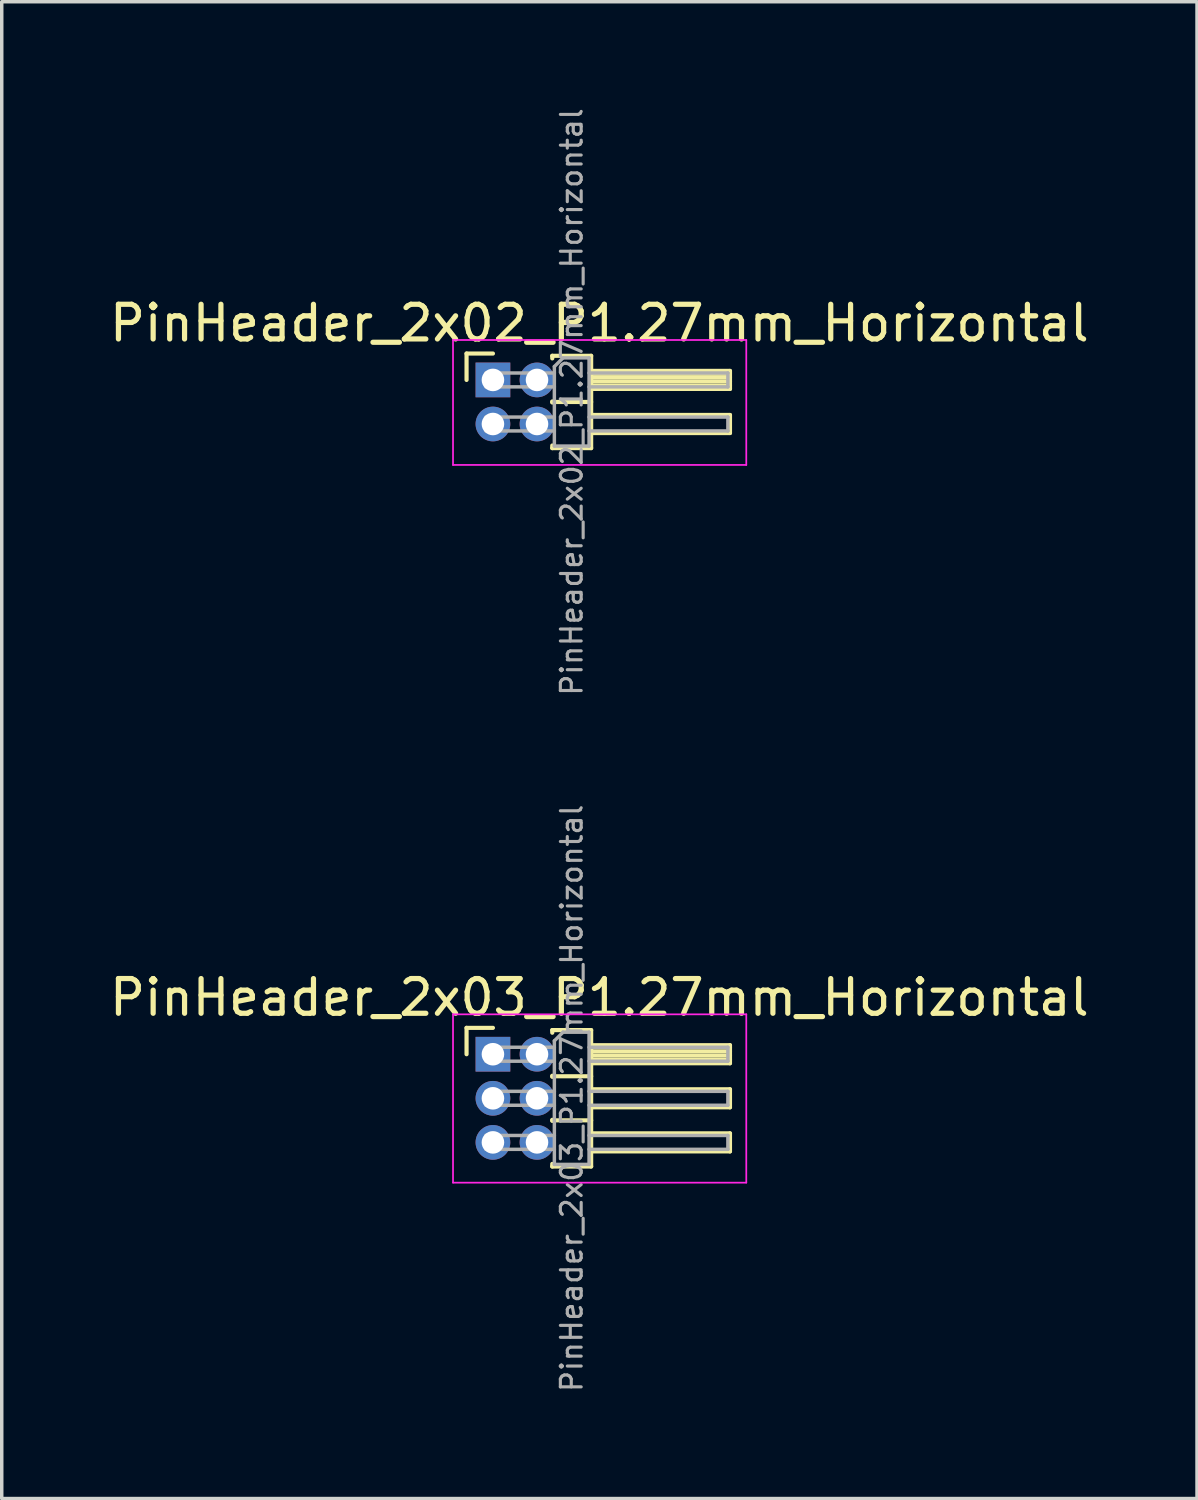
<source format=kicad_pcb>
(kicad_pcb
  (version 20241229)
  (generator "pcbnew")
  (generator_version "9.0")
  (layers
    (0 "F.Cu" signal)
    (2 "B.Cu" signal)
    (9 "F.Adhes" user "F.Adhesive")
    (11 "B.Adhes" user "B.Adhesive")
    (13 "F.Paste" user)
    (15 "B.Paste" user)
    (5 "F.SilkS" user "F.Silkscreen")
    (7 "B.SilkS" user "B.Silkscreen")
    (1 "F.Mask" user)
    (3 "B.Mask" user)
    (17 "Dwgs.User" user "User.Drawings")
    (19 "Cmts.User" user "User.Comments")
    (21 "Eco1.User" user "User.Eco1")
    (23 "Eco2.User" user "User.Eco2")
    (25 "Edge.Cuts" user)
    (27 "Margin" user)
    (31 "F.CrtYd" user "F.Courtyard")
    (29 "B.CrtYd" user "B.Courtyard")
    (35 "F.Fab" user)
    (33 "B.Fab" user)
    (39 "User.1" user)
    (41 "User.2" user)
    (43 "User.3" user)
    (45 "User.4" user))
  (footprint "PinHeader_2x03_P1.27mm_Horizontal"
    (layer "F.Cu")
    (at 11.153 27.326)
    (property "Reference" "PinHeader_2x03_P1.27mm_Horizontal" (at 3.067 -1.635 0) (layer "F.SilkS") (effects (font (size 1 1) (thickness 0.15))))
    (attr through_hole)
    (fp_line (start -0.76 -0.76) (end 0 -0.76) (stroke (width 0.12) (type solid)) (layer "F.SilkS"))
    (fp_line (start -0.76 0) (end -0.76 -0.76) (stroke (width 0.12) (type solid)) (layer "F.SilkS"))
    (fp_line (start 1.71 -0.695) (end 2.83 -0.695) (stroke (width 0.12) (type solid)) (layer "F.SilkS"))
    (fp_line (start 1.71 -0.62) (end 1.71 -0.695) (stroke (width 0.12) (type solid)) (layer "F.SilkS"))
    (fp_line (start 1.71 0.62) (end 1.71 0.65) (stroke (width 0.12) (type solid)) (layer "F.SilkS"))
    (fp_line (start 1.71 0.635) (end 2.83 0.635) (stroke (width 0.12) (type solid)) (layer "F.SilkS"))
    (fp_line (start 1.71 1.89) (end 1.71 1.92) (stroke (width 0.12) (type solid)) (layer "F.SilkS"))
    (fp_line (start 1.71 1.905) (end 2.83 1.905) (stroke (width 0.12) (type solid)) (layer "F.SilkS"))
    (fp_line (start 1.71 3.235) (end 1.71 3.16) (stroke (width 0.12) (type solid)) (layer "F.SilkS"))
    (fp_line (start 2.83 -0.695) (end 2.83 3.235) (stroke (width 0.12) (type solid)) (layer "F.SilkS"))
    (fp_line (start 2.83 -0.26) (end 6.83 -0.26) (stroke (width 0.12) (type solid)) (layer "F.SilkS"))
    (fp_line (start 2.83 -0.2) (end 6.83 -0.2) (stroke (width 0.12) (type solid)) (layer "F.SilkS"))
    (fp_line (start 2.83 -0.08) (end 6.83 -0.08) (stroke (width 0.12) (type solid)) (layer "F.SilkS"))
    (fp_line (start 2.83 0.04) (end 6.83 0.04) (stroke (width 0.12) (type solid)) (layer "F.SilkS"))
    (fp_line (start 2.83 0.16) (end 6.83 0.16) (stroke (width 0.12) (type solid)) (layer "F.SilkS"))
    (fp_line (start 2.83 1.01) (end 6.83 1.01) (stroke (width 0.12) (type solid)) (layer "F.SilkS"))
    (fp_line (start 2.83 2.28) (end 6.83 2.28) (stroke (width 0.12) (type solid)) (layer "F.SilkS"))
    (fp_line (start 2.83 3.235) (end 1.71 3.235) (stroke (width 0.12) (type solid)) (layer "F.SilkS"))
    (fp_line (start 6.83 -0.26) (end 6.83 0.26) (stroke (width 0.12) (type solid)) (layer "F.SilkS"))
    (fp_line (start 6.83 0.26) (end 2.83 0.26) (stroke (width 0.12) (type solid)) (layer "F.SilkS"))
    (fp_line (start 6.83 1.01) (end 6.83 1.53) (stroke (width 0.12) (type solid)) (layer "F.SilkS"))
    (fp_line (start 6.83 1.53) (end 2.83 1.53) (stroke (width 0.12) (type solid)) (layer "F.SilkS"))
    (fp_line (start 6.83 2.28) (end 6.83 2.8) (stroke (width 0.12) (type solid)) (layer "F.SilkS"))
    (fp_line (start 6.83 2.8) (end 2.83 2.8) (stroke (width 0.12) (type solid)) (layer "F.SilkS"))
    (fp_line (start -1.15 -1.15) (end -1.15 3.7) (stroke (width 0.05) (type solid)) (layer "F.CrtYd"))
    (fp_line (start -1.15 3.7) (end 7.3 3.7) (stroke (width 0.05) (type solid)) (layer "F.CrtYd"))
    (fp_line (start 7.3 -1.15) (end -1.15 -1.15) (stroke (width 0.05) (type solid)) (layer "F.CrtYd"))
    (fp_line (start 7.3 3.7) (end 7.3 -1.15) (stroke (width 0.05) (type solid)) (layer "F.CrtYd"))
    (fp_line (start -0.2 -0.2) (end -0.2 0.2) (stroke (width 0.1) (type solid)) (layer "F.Fab"))
    (fp_line (start -0.2 -0.2) (end 1.77 -0.2) (stroke (width 0.1) (type solid)) (layer "F.Fab"))
    (fp_line (start -0.2 0.2) (end 1.77 0.2) (stroke (width 0.1) (type solid)) (layer "F.Fab"))
    (fp_line (start -0.2 1.07) (end -0.2 1.47) (stroke (width 0.1) (type solid)) (layer "F.Fab"))
    (fp_line (start -0.2 1.07) (end 1.77 1.07) (stroke (width 0.1) (type solid)) (layer "F.Fab"))
    (fp_line (start -0.2 1.47) (end 1.77 1.47) (stroke (width 0.1) (type solid)) (layer "F.Fab"))
    (fp_line (start -0.2 2.34) (end -0.2 2.74) (stroke (width 0.1) (type solid)) (layer "F.Fab"))
    (fp_line (start -0.2 2.34) (end 1.77 2.34) (stroke (width 0.1) (type solid)) (layer "F.Fab"))
    (fp_line (start -0.2 2.74) (end 1.77 2.74) (stroke (width 0.1) (type solid)) (layer "F.Fab"))
    (fp_line (start 1.77 -0.385) (end 2.02 -0.635) (stroke (width 0.1) (type solid)) (layer "F.Fab"))
    (fp_line (start 1.77 3.175) (end 1.77 -0.385) (stroke (width 0.1) (type solid)) (layer "F.Fab"))
    (fp_line (start 2.02 -0.635) (end 2.77 -0.635) (stroke (width 0.1) (type solid)) (layer "F.Fab"))
    (fp_line (start 2.77 -0.635) (end 2.77 3.175) (stroke (width 0.1) (type solid)) (layer "F.Fab"))
    (fp_line (start 2.77 -0.2) (end 6.77 -0.2) (stroke (width 0.1) (type solid)) (layer "F.Fab"))
    (fp_line (start 2.77 0.2) (end 6.77 0.2) (stroke (width 0.1) (type solid)) (layer "F.Fab"))
    (fp_line (start 2.77 1.07) (end 6.77 1.07) (stroke (width 0.1) (type solid)) (layer "F.Fab"))
    (fp_line (start 2.77 1.47) (end 6.77 1.47) (stroke (width 0.1) (type solid)) (layer "F.Fab"))
    (fp_line (start 2.77 2.34) (end 6.77 2.34) (stroke (width 0.1) (type solid)) (layer "F.Fab"))
    (fp_line (start 2.77 2.74) (end 6.77 2.74) (stroke (width 0.1) (type solid)) (layer "F.Fab"))
    (fp_line (start 2.77 3.175) (end 1.77 3.175) (stroke (width 0.1) (type solid)) (layer "F.Fab"))
    (fp_line (start 6.77 -0.2) (end 6.77 0.2) (stroke (width 0.1) (type solid)) (layer "F.Fab"))
    (fp_line (start 6.77 1.07) (end 6.77 1.47) (stroke (width 0.1) (type solid)) (layer "F.Fab"))
    (fp_line (start 6.77 2.34) (end 6.77 2.74) (stroke (width 0.1) (type solid)) (layer "F.Fab"))
    (fp_text user "${REFERENCE}" (at 2.27 1.27 90) (layer "F.Fab") (effects (font (size 0.6 0.6) (thickness 0.09))))
    (pad "1" thru_hole rect (at 0 0) (size 1 1) (drill 0.65) (layers "*.Cu" "*.Mask"))
    (pad "2" thru_hole oval (at 1.27 0) (size 1 1) (drill 0.65) (layers "*.Cu" "*.Mask"))
    (pad "3" thru_hole oval (at 0 1.27) (size 1 1) (drill 0.65) (layers "*.Cu" "*.Mask"))
    (pad "4" thru_hole oval (at 1.27 1.27) (size 1 1) (drill 0.65) (layers "*.Cu" "*.Mask"))
    (pad "5" thru_hole oval (at 0 2.54) (size 1 1) (drill 0.65) (layers "*.Cu" "*.Mask"))
    (pad "6" thru_hole oval (at 1.27 2.54) (size 1 1) (drill 0.65) (layers "*.Cu" "*.Mask")))
  (footprint "PinHeader_2x02_P1.27mm_Horizontal"
    (layer "F.Cu")
    (at 11.153 7.897)
    (property "Reference" "PinHeader_2x02_P1.27mm_Horizontal" (at 3.067 -1.635 0) (layer "F.SilkS") (effects (font (size 1 1) (thickness 0.15))))
    (attr through_hole)
    (fp_line (start -0.76 -0.76) (end 0 -0.76) (stroke (width 0.12) (type solid)) (layer "F.SilkS"))
    (fp_line (start -0.76 0) (end -0.76 -0.76) (stroke (width 0.12) (type solid)) (layer "F.SilkS"))
    (fp_line (start 1.71 -0.695) (end 2.83 -0.695) (stroke (width 0.12) (type solid)) (layer "F.SilkS"))
    (fp_line (start 1.71 -0.62) (end 1.71 -0.695) (stroke (width 0.12) (type solid)) (layer "F.SilkS"))
    (fp_line (start 1.71 0.62) (end 1.71 0.65) (stroke (width 0.12) (type solid)) (layer "F.SilkS"))
    (fp_line (start 1.71 0.635) (end 2.83 0.635) (stroke (width 0.12) (type solid)) (layer "F.SilkS"))
    (fp_line (start 1.71 1.965) (end 1.71 1.89) (stroke (width 0.12) (type solid)) (layer "F.SilkS"))
    (fp_line (start 2.83 -0.695) (end 2.83 1.965) (stroke (width 0.12) (type solid)) (layer "F.SilkS"))
    (fp_line (start 2.83 -0.26) (end 6.83 -0.26) (stroke (width 0.12) (type solid)) (layer "F.SilkS"))
    (fp_line (start 2.83 -0.2) (end 6.83 -0.2) (stroke (width 0.12) (type solid)) (layer "F.SilkS"))
    (fp_line (start 2.83 -0.08) (end 6.83 -0.08) (stroke (width 0.12) (type solid)) (layer "F.SilkS"))
    (fp_line (start 2.83 0.04) (end 6.83 0.04) (stroke (width 0.12) (type solid)) (layer "F.SilkS"))
    (fp_line (start 2.83 0.16) (end 6.83 0.16) (stroke (width 0.12) (type solid)) (layer "F.SilkS"))
    (fp_line (start 2.83 1.01) (end 6.83 1.01) (stroke (width 0.12) (type solid)) (layer "F.SilkS"))
    (fp_line (start 2.83 1.965) (end 1.71 1.965) (stroke (width 0.12) (type solid)) (layer "F.SilkS"))
    (fp_line (start 6.83 -0.26) (end 6.83 0.26) (stroke (width 0.12) (type solid)) (layer "F.SilkS"))
    (fp_line (start 6.83 0.26) (end 2.83 0.26) (stroke (width 0.12) (type solid)) (layer "F.SilkS"))
    (fp_line (start 6.83 1.01) (end 6.83 1.53) (stroke (width 0.12) (type solid)) (layer "F.SilkS"))
    (fp_line (start 6.83 1.53) (end 2.83 1.53) (stroke (width 0.12) (type solid)) (layer "F.SilkS"))
    (fp_line (start -1.15 -1.15) (end -1.15 2.45) (stroke (width 0.05) (type solid)) (layer "F.CrtYd"))
    (fp_line (start -1.15 2.45) (end 7.3 2.45) (stroke (width 0.05) (type solid)) (layer "F.CrtYd"))
    (fp_line (start 7.3 -1.15) (end -1.15 -1.15) (stroke (width 0.05) (type solid)) (layer "F.CrtYd"))
    (fp_line (start 7.3 2.45) (end 7.3 -1.15) (stroke (width 0.05) (type solid)) (layer "F.CrtYd"))
    (fp_line (start -0.2 -0.2) (end -0.2 0.2) (stroke (width 0.1) (type solid)) (layer "F.Fab"))
    (fp_line (start -0.2 -0.2) (end 1.77 -0.2) (stroke (width 0.1) (type solid)) (layer "F.Fab"))
    (fp_line (start -0.2 0.2) (end 1.77 0.2) (stroke (width 0.1) (type solid)) (layer "F.Fab"))
    (fp_line (start -0.2 1.07) (end -0.2 1.47) (stroke (width 0.1) (type solid)) (layer "F.Fab"))
    (fp_line (start -0.2 1.07) (end 1.77 1.07) (stroke (width 0.1) (type solid)) (layer "F.Fab"))
    (fp_line (start -0.2 1.47) (end 1.77 1.47) (stroke (width 0.1) (type solid)) (layer "F.Fab"))
    (fp_line (start 1.77 -0.385) (end 2.02 -0.635) (stroke (width 0.1) (type solid)) (layer "F.Fab"))
    (fp_line (start 1.77 1.905) (end 1.77 -0.385) (stroke (width 0.1) (type solid)) (layer "F.Fab"))
    (fp_line (start 2.02 -0.635) (end 2.77 -0.635) (stroke (width 0.1) (type solid)) (layer "F.Fab"))
    (fp_line (start 2.77 -0.635) (end 2.77 1.905) (stroke (width 0.1) (type solid)) (layer "F.Fab"))
    (fp_line (start 2.77 -0.2) (end 6.77 -0.2) (stroke (width 0.1) (type solid)) (layer "F.Fab"))
    (fp_line (start 2.77 0.2) (end 6.77 0.2) (stroke (width 0.1) (type solid)) (layer "F.Fab"))
    (fp_line (start 2.77 1.07) (end 6.77 1.07) (stroke (width 0.1) (type solid)) (layer "F.Fab"))
    (fp_line (start 2.77 1.47) (end 6.77 1.47) (stroke (width 0.1) (type solid)) (layer "F.Fab"))
    (fp_line (start 2.77 1.905) (end 1.77 1.905) (stroke (width 0.1) (type solid)) (layer "F.Fab"))
    (fp_line (start 6.77 -0.2) (end 6.77 0.2) (stroke (width 0.1) (type solid)) (layer "F.Fab"))
    (fp_line (start 6.77 1.07) (end 6.77 1.47) (stroke (width 0.1) (type solid)) (layer "F.Fab"))
    (fp_text user "${REFERENCE}" (at 2.27 0.635 90) (layer "F.Fab") (effects (font (size 0.6 0.6) (thickness 0.09))))
    (pad "1" thru_hole rect (at 0 0) (size 1 1) (drill 0.65) (layers "*.Cu" "*.Mask"))
    (pad "2" thru_hole oval (at 1.27 0) (size 1 1) (drill 0.65) (layers "*.Cu" "*.Mask"))
    (pad "3" thru_hole oval (at 0 1.27) (size 1 1) (drill 0.65) (layers "*.Cu" "*.Mask"))
    (pad "4" thru_hole oval (at 1.27 1.27) (size 1 1) (drill 0.65) (layers "*.Cu" "*.Mask")))
  (gr_rect
    (start -3 -3)
    (end 31.44 40.129)
    (stroke (width 0.1) (type default))
    (fill no)
    (layer "Edge.Cuts")))
</source>
